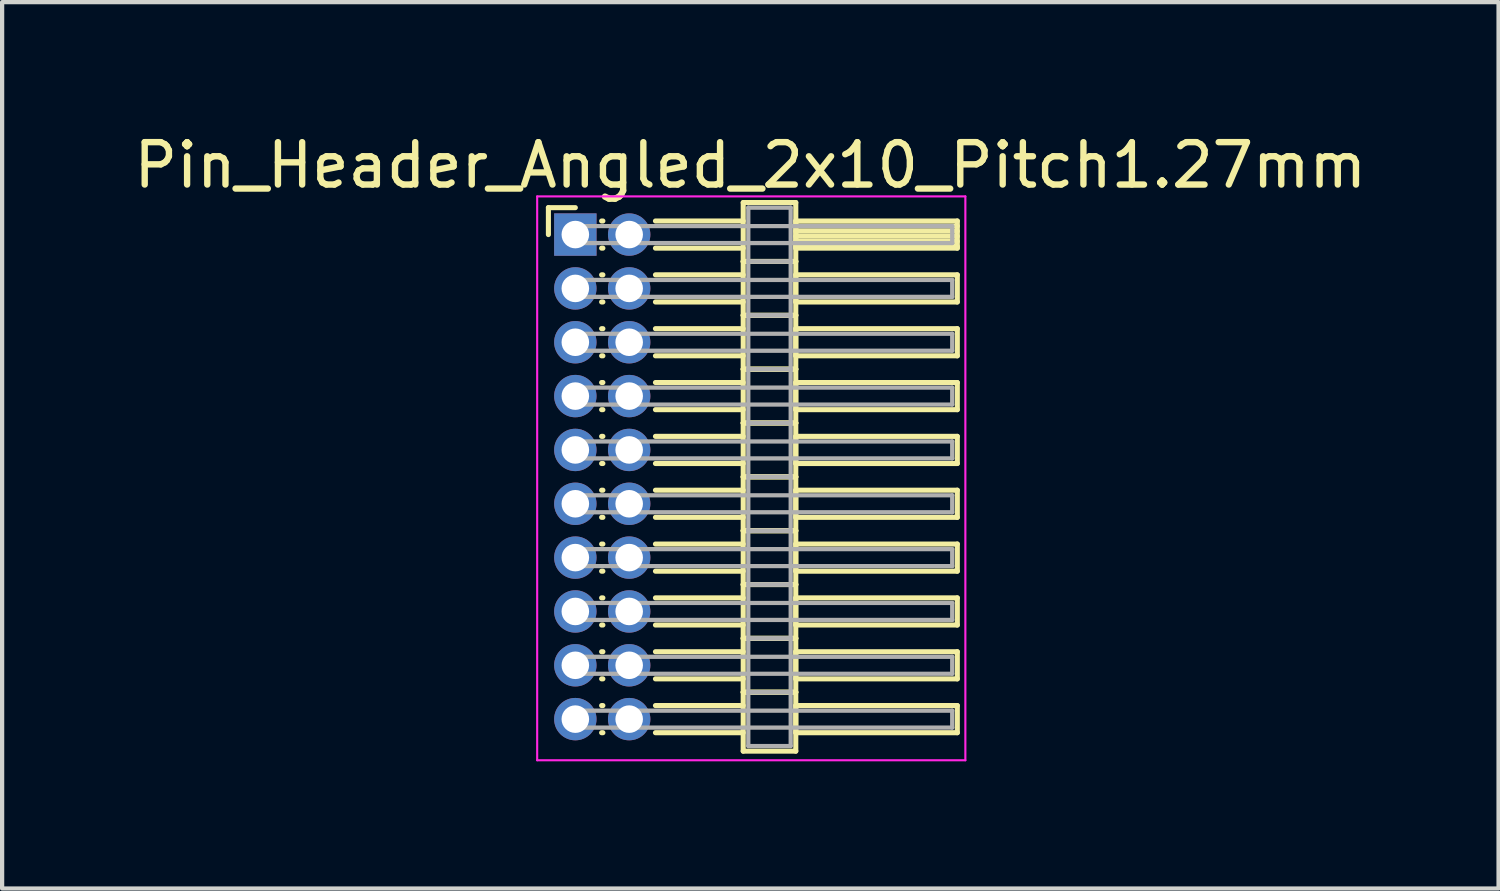
<source format=kicad_pcb>
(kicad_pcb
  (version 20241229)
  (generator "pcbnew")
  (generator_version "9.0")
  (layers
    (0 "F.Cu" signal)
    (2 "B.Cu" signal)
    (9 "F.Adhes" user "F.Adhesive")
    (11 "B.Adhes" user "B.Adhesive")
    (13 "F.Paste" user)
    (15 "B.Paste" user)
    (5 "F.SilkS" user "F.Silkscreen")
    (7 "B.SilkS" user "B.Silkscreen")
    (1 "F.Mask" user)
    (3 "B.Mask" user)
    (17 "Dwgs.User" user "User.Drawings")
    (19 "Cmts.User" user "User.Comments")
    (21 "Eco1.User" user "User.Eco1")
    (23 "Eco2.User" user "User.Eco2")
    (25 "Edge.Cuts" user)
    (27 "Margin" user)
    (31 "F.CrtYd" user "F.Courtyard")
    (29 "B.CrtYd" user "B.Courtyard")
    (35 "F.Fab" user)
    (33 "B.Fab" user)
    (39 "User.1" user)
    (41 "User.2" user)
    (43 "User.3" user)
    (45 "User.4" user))
  (footprint "Pin_Header_Angled_2x10_Pitch1.27mm"
    (layer "F.Cu")
    (at 10.521 2.483)
    (property "Reference" "Pin_Header_Angled_2x10_Pitch1.27mm" (at 4.128 -1.635 0) (layer "F.SilkS") (effects (font (size 1 1) (thickness 0.15))))
    (attr through_hole)
    (fp_line (start -0.635 -0.635) (end 0 -0.635) (stroke (width 0.12) (type solid)) (layer "F.SilkS"))
    (fp_line (start -0.635 0) (end -0.635 -0.635) (stroke (width 0.12) (type solid)) (layer "F.SilkS"))
    (fp_line (start 0.62 -0.32) (end 0.65 -0.32) (stroke (width 0.12) (type solid)) (layer "F.SilkS"))
    (fp_line (start 0.62 0.32) (end 0.65 0.32) (stroke (width 0.12) (type solid)) (layer "F.SilkS"))
    (fp_line (start 0.62 0.95) (end 0.65 0.95) (stroke (width 0.12) (type solid)) (layer "F.SilkS"))
    (fp_line (start 0.62 1.59) (end 0.65 1.59) (stroke (width 0.12) (type solid)) (layer "F.SilkS"))
    (fp_line (start 0.62 2.22) (end 0.65 2.22) (stroke (width 0.12) (type solid)) (layer "F.SilkS"))
    (fp_line (start 0.62 2.86) (end 0.65 2.86) (stroke (width 0.12) (type solid)) (layer "F.SilkS"))
    (fp_line (start 0.62 3.49) (end 0.65 3.49) (stroke (width 0.12) (type solid)) (layer "F.SilkS"))
    (fp_line (start 0.62 4.13) (end 0.65 4.13) (stroke (width 0.12) (type solid)) (layer "F.SilkS"))
    (fp_line (start 0.62 4.76) (end 0.65 4.76) (stroke (width 0.12) (type solid)) (layer "F.SilkS"))
    (fp_line (start 0.62 5.4) (end 0.65 5.4) (stroke (width 0.12) (type solid)) (layer "F.SilkS"))
    (fp_line (start 0.62 6.03) (end 0.65 6.03) (stroke (width 0.12) (type solid)) (layer "F.SilkS"))
    (fp_line (start 0.62 6.67) (end 0.65 6.67) (stroke (width 0.12) (type solid)) (layer "F.SilkS"))
    (fp_line (start 0.62 7.3) (end 0.65 7.3) (stroke (width 0.12) (type solid)) (layer "F.SilkS"))
    (fp_line (start 0.62 7.94) (end 0.65 7.94) (stroke (width 0.12) (type solid)) (layer "F.SilkS"))
    (fp_line (start 0.62 8.57) (end 0.65 8.57) (stroke (width 0.12) (type solid)) (layer "F.SilkS"))
    (fp_line (start 0.62 9.21) (end 0.65 9.21) (stroke (width 0.12) (type solid)) (layer "F.SilkS"))
    (fp_line (start 0.62 9.84) (end 0.65 9.84) (stroke (width 0.12) (type solid)) (layer "F.SilkS"))
    (fp_line (start 0.62 10.48) (end 0.65 10.48) (stroke (width 0.12) (type solid)) (layer "F.SilkS"))
    (fp_line (start 0.62 11.11) (end 0.65 11.11) (stroke (width 0.12) (type solid)) (layer "F.SilkS"))
    (fp_line (start 0.62 11.75) (end 0.65 11.75) (stroke (width 0.12) (type solid)) (layer "F.SilkS"))
    (fp_line (start 1.89 -0.32) (end 3.96 -0.32) (stroke (width 0.12) (type solid)) (layer "F.SilkS"))
    (fp_line (start 1.89 0.32) (end 3.96 0.32) (stroke (width 0.12) (type solid)) (layer "F.SilkS"))
    (fp_line (start 1.89 0.95) (end 3.96 0.95) (stroke (width 0.12) (type solid)) (layer "F.SilkS"))
    (fp_line (start 1.89 1.59) (end 3.96 1.59) (stroke (width 0.12) (type solid)) (layer "F.SilkS"))
    (fp_line (start 1.89 2.22) (end 3.96 2.22) (stroke (width 0.12) (type solid)) (layer "F.SilkS"))
    (fp_line (start 1.89 2.86) (end 3.96 2.86) (stroke (width 0.12) (type solid)) (layer "F.SilkS"))
    (fp_line (start 1.89 3.49) (end 3.96 3.49) (stroke (width 0.12) (type solid)) (layer "F.SilkS"))
    (fp_line (start 1.89 4.13) (end 3.96 4.13) (stroke (width 0.12) (type solid)) (layer "F.SilkS"))
    (fp_line (start 1.89 4.76) (end 3.96 4.76) (stroke (width 0.12) (type solid)) (layer "F.SilkS"))
    (fp_line (start 1.89 5.4) (end 3.96 5.4) (stroke (width 0.12) (type solid)) (layer "F.SilkS"))
    (fp_line (start 1.89 6.03) (end 3.96 6.03) (stroke (width 0.12) (type solid)) (layer "F.SilkS"))
    (fp_line (start 1.89 6.67) (end 3.96 6.67) (stroke (width 0.12) (type solid)) (layer "F.SilkS"))
    (fp_line (start 1.89 7.3) (end 3.96 7.3) (stroke (width 0.12) (type solid)) (layer "F.SilkS"))
    (fp_line (start 1.89 7.94) (end 3.96 7.94) (stroke (width 0.12) (type solid)) (layer "F.SilkS"))
    (fp_line (start 1.89 8.57) (end 3.96 8.57) (stroke (width 0.12) (type solid)) (layer "F.SilkS"))
    (fp_line (start 1.89 9.21) (end 3.96 9.21) (stroke (width 0.12) (type solid)) (layer "F.SilkS"))
    (fp_line (start 1.89 9.84) (end 3.96 9.84) (stroke (width 0.12) (type solid)) (layer "F.SilkS"))
    (fp_line (start 1.89 10.48) (end 3.96 10.48) (stroke (width 0.12) (type solid)) (layer "F.SilkS"))
    (fp_line (start 1.89 11.11) (end 3.96 11.11) (stroke (width 0.12) (type solid)) (layer "F.SilkS"))
    (fp_line (start 1.89 11.75) (end 3.96 11.75) (stroke (width 0.12) (type solid)) (layer "F.SilkS"))
    (fp_line (start 3.96 -0.755) (end 3.96 0.635) (stroke (width 0.12) (type solid)) (layer "F.SilkS"))
    (fp_line (start 3.96 0.635) (end 3.96 1.905) (stroke (width 0.12) (type solid)) (layer "F.SilkS"))
    (fp_line (start 3.96 0.635) (end 5.2 0.635) (stroke (width 0.12) (type solid)) (layer "F.SilkS"))
    (fp_line (start 3.96 1.905) (end 3.96 3.175) (stroke (width 0.12) (type solid)) (layer "F.SilkS"))
    (fp_line (start 3.96 1.905) (end 5.2 1.905) (stroke (width 0.12) (type solid)) (layer "F.SilkS"))
    (fp_line (start 3.96 3.175) (end 3.96 4.445) (stroke (width 0.12) (type solid)) (layer "F.SilkS"))
    (fp_line (start 3.96 3.175) (end 5.2 3.175) (stroke (width 0.12) (type solid)) (layer "F.SilkS"))
    (fp_line (start 3.96 4.445) (end 3.96 5.715) (stroke (width 0.12) (type solid)) (layer "F.SilkS"))
    (fp_line (start 3.96 4.445) (end 5.2 4.445) (stroke (width 0.12) (type solid)) (layer "F.SilkS"))
    (fp_line (start 3.96 5.715) (end 3.96 6.985) (stroke (width 0.12) (type solid)) (layer "F.SilkS"))
    (fp_line (start 3.96 5.715) (end 5.2 5.715) (stroke (width 0.12) (type solid)) (layer "F.SilkS"))
    (fp_line (start 3.96 6.985) (end 3.96 8.255) (stroke (width 0.12) (type solid)) (layer "F.SilkS"))
    (fp_line (start 3.96 6.985) (end 5.2 6.985) (stroke (width 0.12) (type solid)) (layer "F.SilkS"))
    (fp_line (start 3.96 8.255) (end 3.96 9.525) (stroke (width 0.12) (type solid)) (layer "F.SilkS"))
    (fp_line (start 3.96 8.255) (end 5.2 8.255) (stroke (width 0.12) (type solid)) (layer "F.SilkS"))
    (fp_line (start 3.96 9.525) (end 3.96 10.795) (stroke (width 0.12) (type solid)) (layer "F.SilkS"))
    (fp_line (start 3.96 9.525) (end 5.2 9.525) (stroke (width 0.12) (type solid)) (layer "F.SilkS"))
    (fp_line (start 3.96 10.795) (end 3.96 12.185) (stroke (width 0.12) (type solid)) (layer "F.SilkS"))
    (fp_line (start 3.96 10.795) (end 5.2 10.795) (stroke (width 0.12) (type solid)) (layer "F.SilkS"))
    (fp_line (start 3.96 12.185) (end 5.2 12.185) (stroke (width 0.12) (type solid)) (layer "F.SilkS"))
    (fp_line (start 5.2 -0.755) (end 3.96 -0.755) (stroke (width 0.12) (type solid)) (layer "F.SilkS"))
    (fp_line (start 5.2 -0.32) (end 5.2 0.32) (stroke (width 0.12) (type solid)) (layer "F.SilkS"))
    (fp_line (start 5.2 -0.2) (end 9.01 -0.2) (stroke (width 0.12) (type solid)) (layer "F.SilkS"))
    (fp_line (start 5.2 -0.08) (end 9.01 -0.08) (stroke (width 0.12) (type solid)) (layer "F.SilkS"))
    (fp_line (start 5.2 0.04) (end 9.01 0.04) (stroke (width 0.12) (type solid)) (layer "F.SilkS"))
    (fp_line (start 5.2 0.16) (end 9.01 0.16) (stroke (width 0.12) (type solid)) (layer "F.SilkS"))
    (fp_line (start 5.2 0.28) (end 9.01 0.28) (stroke (width 0.12) (type solid)) (layer "F.SilkS"))
    (fp_line (start 5.2 0.32) (end 9.01 0.32) (stroke (width 0.12) (type solid)) (layer "F.SilkS"))
    (fp_line (start 5.2 0.635) (end 3.96 0.635) (stroke (width 0.12) (type solid)) (layer "F.SilkS"))
    (fp_line (start 5.2 0.635) (end 5.2 -0.755) (stroke (width 0.12) (type solid)) (layer "F.SilkS"))
    (fp_line (start 5.2 0.95) (end 5.2 1.59) (stroke (width 0.12) (type solid)) (layer "F.SilkS"))
    (fp_line (start 5.2 1.59) (end 9.01 1.59) (stroke (width 0.12) (type solid)) (layer "F.SilkS"))
    (fp_line (start 5.2 1.905) (end 3.96 1.905) (stroke (width 0.12) (type solid)) (layer "F.SilkS"))
    (fp_line (start 5.2 1.905) (end 5.2 0.635) (stroke (width 0.12) (type solid)) (layer "F.SilkS"))
    (fp_line (start 5.2 2.22) (end 5.2 2.86) (stroke (width 0.12) (type solid)) (layer "F.SilkS"))
    (fp_line (start 5.2 2.86) (end 9.01 2.86) (stroke (width 0.12) (type solid)) (layer "F.SilkS"))
    (fp_line (start 5.2 3.175) (end 3.96 3.175) (stroke (width 0.12) (type solid)) (layer "F.SilkS"))
    (fp_line (start 5.2 3.175) (end 5.2 1.905) (stroke (width 0.12) (type solid)) (layer "F.SilkS"))
    (fp_line (start 5.2 3.49) (end 5.2 4.13) (stroke (width 0.12) (type solid)) (layer "F.SilkS"))
    (fp_line (start 5.2 4.13) (end 9.01 4.13) (stroke (width 0.12) (type solid)) (layer "F.SilkS"))
    (fp_line (start 5.2 4.445) (end 3.96 4.445) (stroke (width 0.12) (type solid)) (layer "F.SilkS"))
    (fp_line (start 5.2 4.445) (end 5.2 3.175) (stroke (width 0.12) (type solid)) (layer "F.SilkS"))
    (fp_line (start 5.2 4.76) (end 5.2 5.4) (stroke (width 0.12) (type solid)) (layer "F.SilkS"))
    (fp_line (start 5.2 5.4) (end 9.01 5.4) (stroke (width 0.12) (type solid)) (layer "F.SilkS"))
    (fp_line (start 5.2 5.715) (end 3.96 5.715) (stroke (width 0.12) (type solid)) (layer "F.SilkS"))
    (fp_line (start 5.2 5.715) (end 5.2 4.445) (stroke (width 0.12) (type solid)) (layer "F.SilkS"))
    (fp_line (start 5.2 6.03) (end 5.2 6.67) (stroke (width 0.12) (type solid)) (layer "F.SilkS"))
    (fp_line (start 5.2 6.67) (end 9.01 6.67) (stroke (width 0.12) (type solid)) (layer "F.SilkS"))
    (fp_line (start 5.2 6.985) (end 3.96 6.985) (stroke (width 0.12) (type solid)) (layer "F.SilkS"))
    (fp_line (start 5.2 6.985) (end 5.2 5.715) (stroke (width 0.12) (type solid)) (layer "F.SilkS"))
    (fp_line (start 5.2 7.3) (end 5.2 7.94) (stroke (width 0.12) (type solid)) (layer "F.SilkS"))
    (fp_line (start 5.2 7.94) (end 9.01 7.94) (stroke (width 0.12) (type solid)) (layer "F.SilkS"))
    (fp_line (start 5.2 8.255) (end 3.96 8.255) (stroke (width 0.12) (type solid)) (layer "F.SilkS"))
    (fp_line (start 5.2 8.255) (end 5.2 6.985) (stroke (width 0.12) (type solid)) (layer "F.SilkS"))
    (fp_line (start 5.2 8.57) (end 5.2 9.21) (stroke (width 0.12) (type solid)) (layer "F.SilkS"))
    (fp_line (start 5.2 9.21) (end 9.01 9.21) (stroke (width 0.12) (type solid)) (layer "F.SilkS"))
    (fp_line (start 5.2 9.525) (end 3.96 9.525) (stroke (width 0.12) (type solid)) (layer "F.SilkS"))
    (fp_line (start 5.2 9.525) (end 5.2 8.255) (stroke (width 0.12) (type solid)) (layer "F.SilkS"))
    (fp_line (start 5.2 9.84) (end 5.2 10.48) (stroke (width 0.12) (type solid)) (layer "F.SilkS"))
    (fp_line (start 5.2 10.48) (end 9.01 10.48) (stroke (width 0.12) (type solid)) (layer "F.SilkS"))
    (fp_line (start 5.2 10.795) (end 3.96 10.795) (stroke (width 0.12) (type solid)) (layer "F.SilkS"))
    (fp_line (start 5.2 10.795) (end 5.2 9.525) (stroke (width 0.12) (type solid)) (layer "F.SilkS"))
    (fp_line (start 5.2 11.11) (end 5.2 11.75) (stroke (width 0.12) (type solid)) (layer "F.SilkS"))
    (fp_line (start 5.2 11.75) (end 9.01 11.75) (stroke (width 0.12) (type solid)) (layer "F.SilkS"))
    (fp_line (start 5.2 12.185) (end 5.2 10.795) (stroke (width 0.12) (type solid)) (layer "F.SilkS"))
    (fp_line (start 9.01 -0.32) (end 5.2 -0.32) (stroke (width 0.12) (type solid)) (layer "F.SilkS"))
    (fp_line (start 9.01 0.32) (end 9.01 -0.32) (stroke (width 0.12) (type solid)) (layer "F.SilkS"))
    (fp_line (start 9.01 0.95) (end 5.2 0.95) (stroke (width 0.12) (type solid)) (layer "F.SilkS"))
    (fp_line (start 9.01 1.59) (end 9.01 0.95) (stroke (width 0.12) (type solid)) (layer "F.SilkS"))
    (fp_line (start 9.01 2.22) (end 5.2 2.22) (stroke (width 0.12) (type solid)) (layer "F.SilkS"))
    (fp_line (start 9.01 2.86) (end 9.01 2.22) (stroke (width 0.12) (type solid)) (layer "F.SilkS"))
    (fp_line (start 9.01 3.49) (end 5.2 3.49) (stroke (width 0.12) (type solid)) (layer "F.SilkS"))
    (fp_line (start 9.01 4.13) (end 9.01 3.49) (stroke (width 0.12) (type solid)) (layer "F.SilkS"))
    (fp_line (start 9.01 4.76) (end 5.2 4.76) (stroke (width 0.12) (type solid)) (layer "F.SilkS"))
    (fp_line (start 9.01 5.4) (end 9.01 4.76) (stroke (width 0.12) (type solid)) (layer "F.SilkS"))
    (fp_line (start 9.01 6.03) (end 5.2 6.03) (stroke (width 0.12) (type solid)) (layer "F.SilkS"))
    (fp_line (start 9.01 6.67) (end 9.01 6.03) (stroke (width 0.12) (type solid)) (layer "F.SilkS"))
    (fp_line (start 9.01 7.3) (end 5.2 7.3) (stroke (width 0.12) (type solid)) (layer "F.SilkS"))
    (fp_line (start 9.01 7.94) (end 9.01 7.3) (stroke (width 0.12) (type solid)) (layer "F.SilkS"))
    (fp_line (start 9.01 8.57) (end 5.2 8.57) (stroke (width 0.12) (type solid)) (layer "F.SilkS"))
    (fp_line (start 9.01 9.21) (end 9.01 8.57) (stroke (width 0.12) (type solid)) (layer "F.SilkS"))
    (fp_line (start 9.01 9.84) (end 5.2 9.84) (stroke (width 0.12) (type solid)) (layer "F.SilkS"))
    (fp_line (start 9.01 10.48) (end 9.01 9.84) (stroke (width 0.12) (type solid)) (layer "F.SilkS"))
    (fp_line (start 9.01 11.11) (end 5.2 11.11) (stroke (width 0.12) (type solid)) (layer "F.SilkS"))
    (fp_line (start 9.01 11.75) (end 9.01 11.11) (stroke (width 0.12) (type solid)) (layer "F.SilkS"))
    (fp_line (start -0.9 -0.9) (end -0.9 12.4) (stroke (width 0.05) (type solid)) (layer "F.CrtYd"))
    (fp_line (start -0.9 12.4) (end 9.2 12.4) (stroke (width 0.05) (type solid)) (layer "F.CrtYd"))
    (fp_line (start 9.2 -0.9) (end -0.9 -0.9) (stroke (width 0.05) (type solid)) (layer "F.CrtYd"))
    (fp_line (start 9.2 12.4) (end 9.2 -0.9) (stroke (width 0.05) (type solid)) (layer "F.CrtYd"))
    (fp_line (start 0 -0.2) (end 0 0.2) (stroke (width 0.1) (type solid)) (layer "F.Fab"))
    (fp_line (start 0 0.2) (end 8.89 0.2) (stroke (width 0.1) (type solid)) (layer "F.Fab"))
    (fp_line (start 0 1.07) (end 0 1.47) (stroke (width 0.1) (type solid)) (layer "F.Fab"))
    (fp_line (start 0 1.47) (end 8.89 1.47) (stroke (width 0.1) (type solid)) (layer "F.Fab"))
    (fp_line (start 0 2.34) (end 0 2.74) (stroke (width 0.1) (type solid)) (layer "F.Fab"))
    (fp_line (start 0 2.74) (end 8.89 2.74) (stroke (width 0.1) (type solid)) (layer "F.Fab"))
    (fp_line (start 0 3.61) (end 0 4.01) (stroke (width 0.1) (type solid)) (layer "F.Fab"))
    (fp_line (start 0 4.01) (end 8.89 4.01) (stroke (width 0.1) (type solid)) (layer "F.Fab"))
    (fp_line (start 0 4.88) (end 0 5.28) (stroke (width 0.1) (type solid)) (layer "F.Fab"))
    (fp_line (start 0 5.28) (end 8.89 5.28) (stroke (width 0.1) (type solid)) (layer "F.Fab"))
    (fp_line (start 0 6.15) (end 0 6.55) (stroke (width 0.1) (type solid)) (layer "F.Fab"))
    (fp_line (start 0 6.55) (end 8.89 6.55) (stroke (width 0.1) (type solid)) (layer "F.Fab"))
    (fp_line (start 0 7.42) (end 0 7.82) (stroke (width 0.1) (type solid)) (layer "F.Fab"))
    (fp_line (start 0 7.82) (end 8.89 7.82) (stroke (width 0.1) (type solid)) (layer "F.Fab"))
    (fp_line (start 0 8.69) (end 0 9.09) (stroke (width 0.1) (type solid)) (layer "F.Fab"))
    (fp_line (start 0 9.09) (end 8.89 9.09) (stroke (width 0.1) (type solid)) (layer "F.Fab"))
    (fp_line (start 0 9.96) (end 0 10.36) (stroke (width 0.1) (type solid)) (layer "F.Fab"))
    (fp_line (start 0 10.36) (end 8.89 10.36) (stroke (width 0.1) (type solid)) (layer "F.Fab"))
    (fp_line (start 0 11.23) (end 0 11.63) (stroke (width 0.1) (type solid)) (layer "F.Fab"))
    (fp_line (start 0 11.63) (end 8.89 11.63) (stroke (width 0.1) (type solid)) (layer "F.Fab"))
    (fp_line (start 4.08 -0.635) (end 4.08 0.635) (stroke (width 0.1) (type solid)) (layer "F.Fab"))
    (fp_line (start 4.08 0.635) (end 4.08 1.905) (stroke (width 0.1) (type solid)) (layer "F.Fab"))
    (fp_line (start 4.08 0.635) (end 5.08 0.635) (stroke (width 0.1) (type solid)) (layer "F.Fab"))
    (fp_line (start 4.08 1.905) (end 4.08 3.175) (stroke (width 0.1) (type solid)) (layer "F.Fab"))
    (fp_line (start 4.08 1.905) (end 5.08 1.905) (stroke (width 0.1) (type solid)) (layer "F.Fab"))
    (fp_line (start 4.08 3.175) (end 4.08 4.445) (stroke (width 0.1) (type solid)) (layer "F.Fab"))
    (fp_line (start 4.08 3.175) (end 5.08 3.175) (stroke (width 0.1) (type solid)) (layer "F.Fab"))
    (fp_line (start 4.08 4.445) (end 4.08 5.715) (stroke (width 0.1) (type solid)) (layer "F.Fab"))
    (fp_line (start 4.08 4.445) (end 5.08 4.445) (stroke (width 0.1) (type solid)) (layer "F.Fab"))
    (fp_line (start 4.08 5.715) (end 4.08 6.985) (stroke (width 0.1) (type solid)) (layer "F.Fab"))
    (fp_line (start 4.08 5.715) (end 5.08 5.715) (stroke (width 0.1) (type solid)) (layer "F.Fab"))
    (fp_line (start 4.08 6.985) (end 4.08 8.255) (stroke (width 0.1) (type solid)) (layer "F.Fab"))
    (fp_line (start 4.08 6.985) (end 5.08 6.985) (stroke (width 0.1) (type solid)) (layer "F.Fab"))
    (fp_line (start 4.08 8.255) (end 4.08 9.525) (stroke (width 0.1) (type solid)) (layer "F.Fab"))
    (fp_line (start 4.08 8.255) (end 5.08 8.255) (stroke (width 0.1) (type solid)) (layer "F.Fab"))
    (fp_line (start 4.08 9.525) (end 4.08 10.795) (stroke (width 0.1) (type solid)) (layer "F.Fab"))
    (fp_line (start 4.08 9.525) (end 5.08 9.525) (stroke (width 0.1) (type solid)) (layer "F.Fab"))
    (fp_line (start 4.08 10.795) (end 4.08 12.065) (stroke (width 0.1) (type solid)) (layer "F.Fab"))
    (fp_line (start 4.08 10.795) (end 5.08 10.795) (stroke (width 0.1) (type solid)) (layer "F.Fab"))
    (fp_line (start 4.08 12.065) (end 5.08 12.065) (stroke (width 0.1) (type solid)) (layer "F.Fab"))
    (fp_line (start 5.08 -0.635) (end 4.08 -0.635) (stroke (width 0.1) (type solid)) (layer "F.Fab"))
    (fp_line (start 5.08 0.635) (end 4.08 0.635) (stroke (width 0.1) (type solid)) (layer "F.Fab"))
    (fp_line (start 5.08 0.635) (end 5.08 -0.635) (stroke (width 0.1) (type solid)) (layer "F.Fab"))
    (fp_line (start 5.08 1.905) (end 4.08 1.905) (stroke (width 0.1) (type solid)) (layer "F.Fab"))
    (fp_line (start 5.08 1.905) (end 5.08 0.635) (stroke (width 0.1) (type solid)) (layer "F.Fab"))
    (fp_line (start 5.08 3.175) (end 4.08 3.175) (stroke (width 0.1) (type solid)) (layer "F.Fab"))
    (fp_line (start 5.08 3.175) (end 5.08 1.905) (stroke (width 0.1) (type solid)) (layer "F.Fab"))
    (fp_line (start 5.08 4.445) (end 4.08 4.445) (stroke (width 0.1) (type solid)) (layer "F.Fab"))
    (fp_line (start 5.08 4.445) (end 5.08 3.175) (stroke (width 0.1) (type solid)) (layer "F.Fab"))
    (fp_line (start 5.08 5.715) (end 4.08 5.715) (stroke (width 0.1) (type solid)) (layer "F.Fab"))
    (fp_line (start 5.08 5.715) (end 5.08 4.445) (stroke (width 0.1) (type solid)) (layer "F.Fab"))
    (fp_line (start 5.08 6.985) (end 4.08 6.985) (stroke (width 0.1) (type solid)) (layer "F.Fab"))
    (fp_line (start 5.08 6.985) (end 5.08 5.715) (stroke (width 0.1) (type solid)) (layer "F.Fab"))
    (fp_line (start 5.08 8.255) (end 4.08 8.255) (stroke (width 0.1) (type solid)) (layer "F.Fab"))
    (fp_line (start 5.08 8.255) (end 5.08 6.985) (stroke (width 0.1) (type solid)) (layer "F.Fab"))
    (fp_line (start 5.08 9.525) (end 4.08 9.525) (stroke (width 0.1) (type solid)) (layer "F.Fab"))
    (fp_line (start 5.08 9.525) (end 5.08 8.255) (stroke (width 0.1) (type solid)) (layer "F.Fab"))
    (fp_line (start 5.08 10.795) (end 4.08 10.795) (stroke (width 0.1) (type solid)) (layer "F.Fab"))
    (fp_line (start 5.08 10.795) (end 5.08 9.525) (stroke (width 0.1) (type solid)) (layer "F.Fab"))
    (fp_line (start 5.08 12.065) (end 5.08 10.795) (stroke (width 0.1) (type solid)) (layer "F.Fab"))
    (fp_line (start 8.89 -0.2) (end 0 -0.2) (stroke (width 0.1) (type solid)) (layer "F.Fab"))
    (fp_line (start 8.89 0.2) (end 8.89 -0.2) (stroke (width 0.1) (type solid)) (layer "F.Fab"))
    (fp_line (start 8.89 1.07) (end 0 1.07) (stroke (width 0.1) (type solid)) (layer "F.Fab"))
    (fp_line (start 8.89 1.47) (end 8.89 1.07) (stroke (width 0.1) (type solid)) (layer "F.Fab"))
    (fp_line (start 8.89 2.34) (end 0 2.34) (stroke (width 0.1) (type solid)) (layer "F.Fab"))
    (fp_line (start 8.89 2.74) (end 8.89 2.34) (stroke (width 0.1) (type solid)) (layer "F.Fab"))
    (fp_line (start 8.89 3.61) (end 0 3.61) (stroke (width 0.1) (type solid)) (layer "F.Fab"))
    (fp_line (start 8.89 4.01) (end 8.89 3.61) (stroke (width 0.1) (type solid)) (layer "F.Fab"))
    (fp_line (start 8.89 4.88) (end 0 4.88) (stroke (width 0.1) (type solid)) (layer "F.Fab"))
    (fp_line (start 8.89 5.28) (end 8.89 4.88) (stroke (width 0.1) (type solid)) (layer "F.Fab"))
    (fp_line (start 8.89 6.15) (end 0 6.15) (stroke (width 0.1) (type solid)) (layer "F.Fab"))
    (fp_line (start 8.89 6.55) (end 8.89 6.15) (stroke (width 0.1) (type solid)) (layer "F.Fab"))
    (fp_line (start 8.89 7.42) (end 0 7.42) (stroke (width 0.1) (type solid)) (layer "F.Fab"))
    (fp_line (start 8.89 7.82) (end 8.89 7.42) (stroke (width 0.1) (type solid)) (layer "F.Fab"))
    (fp_line (start 8.89 8.69) (end 0 8.69) (stroke (width 0.1) (type solid)) (layer "F.Fab"))
    (fp_line (start 8.89 9.09) (end 8.89 8.69) (stroke (width 0.1) (type solid)) (layer "F.Fab"))
    (fp_line (start 8.89 9.96) (end 0 9.96) (stroke (width 0.1) (type solid)) (layer "F.Fab"))
    (fp_line (start 8.89 10.36) (end 8.89 9.96) (stroke (width 0.1) (type solid)) (layer "F.Fab"))
    (fp_line (start 8.89 11.23) (end 0 11.23) (stroke (width 0.1) (type solid)) (layer "F.Fab"))
    (fp_line (start 8.89 11.63) (end 8.89 11.23) (stroke (width 0.1) (type solid)) (layer "F.Fab"))
    (pad "1" thru_hole rect (at 0 0) (size 1 1) (drill 0.65) (layers "*.Cu" "*.Mask"))
    (pad "2" thru_hole oval (at 1.27 0) (size 1 1) (drill 0.65) (layers "*.Cu" "*.Mask"))
    (pad "3" thru_hole oval (at 0 1.27) (size 1 1) (drill 0.65) (layers "*.Cu" "*.Mask"))
    (pad "4" thru_hole oval (at 1.27 1.27) (size 1 1) (drill 0.65) (layers "*.Cu" "*.Mask"))
    (pad "5" thru_hole oval (at 0 2.54) (size 1 1) (drill 0.65) (layers "*.Cu" "*.Mask"))
    (pad "6" thru_hole oval (at 1.27 2.54) (size 1 1) (drill 0.65) (layers "*.Cu" "*.Mask"))
    (pad "7" thru_hole oval (at 0 3.81) (size 1 1) (drill 0.65) (layers "*.Cu" "*.Mask"))
    (pad "8" thru_hole oval (at 1.27 3.81) (size 1 1) (drill 0.65) (layers "*.Cu" "*.Mask"))
    (pad "9" thru_hole oval (at 0 5.08) (size 1 1) (drill 0.65) (layers "*.Cu" "*.Mask"))
    (pad "10" thru_hole oval (at 1.27 5.08) (size 1 1) (drill 0.65) (layers "*.Cu" "*.Mask"))
    (pad "11" thru_hole oval (at 0 6.35) (size 1 1) (drill 0.65) (layers "*.Cu" "*.Mask"))
    (pad "12" thru_hole oval (at 1.27 6.35) (size 1 1) (drill 0.65) (layers "*.Cu" "*.Mask"))
    (pad "13" thru_hole oval (at 0 7.62) (size 1 1) (drill 0.65) (layers "*.Cu" "*.Mask"))
    (pad "14" thru_hole oval (at 1.27 7.62) (size 1 1) (drill 0.65) (layers "*.Cu" "*.Mask"))
    (pad "15" thru_hole oval (at 0 8.89) (size 1 1) (drill 0.65) (layers "*.Cu" "*.Mask"))
    (pad "16" thru_hole oval (at 1.27 8.89) (size 1 1) (drill 0.65) (layers "*.Cu" "*.Mask"))
    (pad "17" thru_hole oval (at 0 10.16) (size 1 1) (drill 0.65) (layers "*.Cu" "*.Mask"))
    (pad "18" thru_hole oval (at 1.27 10.16) (size 1 1) (drill 0.65) (layers "*.Cu" "*.Mask"))
    (pad "19" thru_hole oval (at 0 11.43) (size 1 1) (drill 0.65) (layers "*.Cu" "*.Mask"))
    (pad "20" thru_hole oval (at 1.27 11.43) (size 1 1) (drill 0.65) (layers "*.Cu" "*.Mask")))
  (gr_rect
    (start -3 -3)
    (end 32.298 17.908)
    (stroke (width 0.1) (type default))
    (fill no)
    (layer "Edge.Cuts")))
</source>
